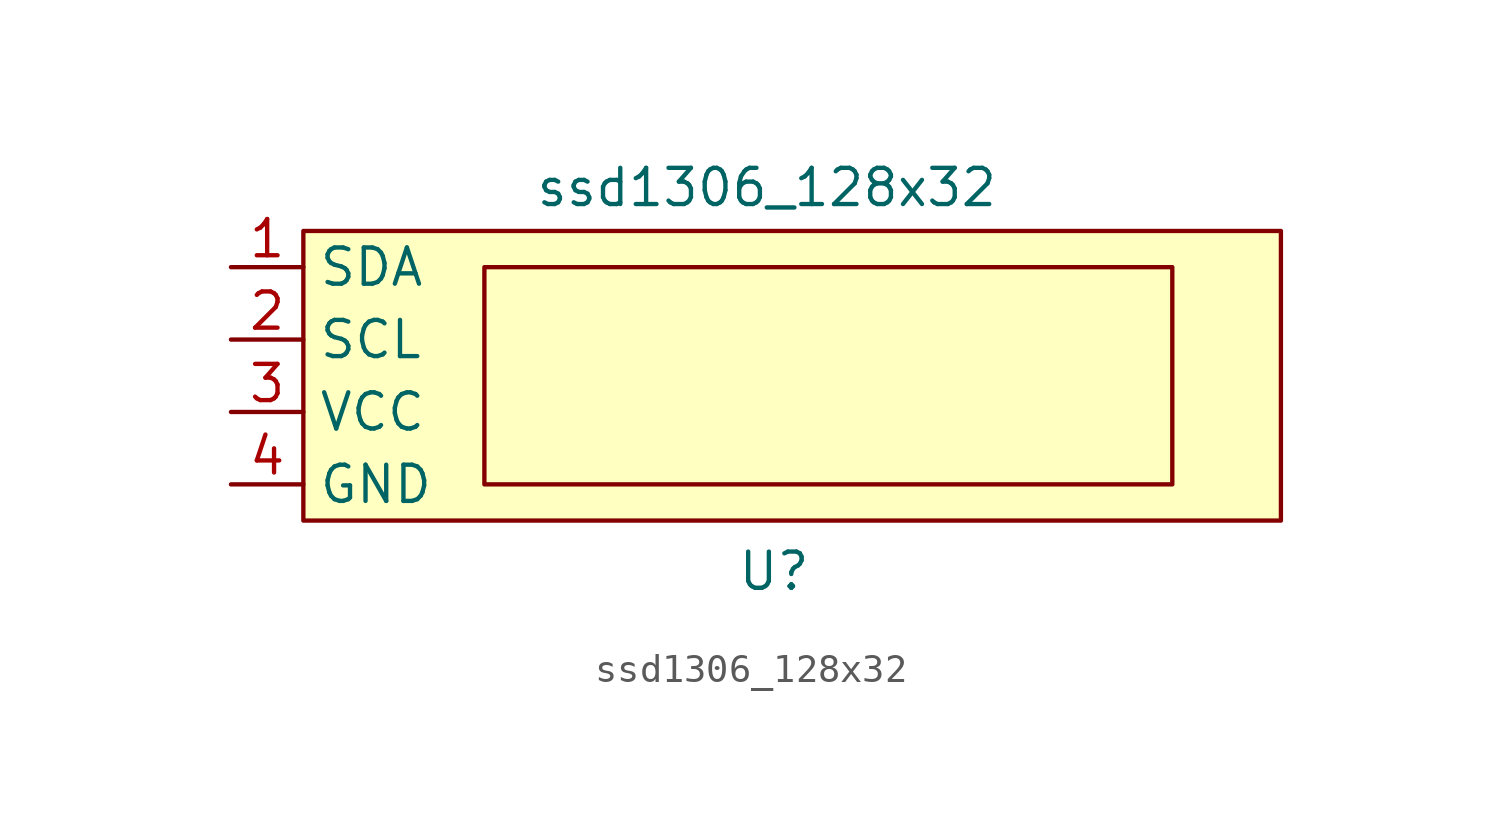
<source format=kicad_sym>
(kicad_symbol_lib
  (version 20231120)
  (generator "kicad_symbol_editor")
  (generator_version "8.0")
  (symbol "ssd1306_128x32"
    (property "Reference" "U"
      (at 0 -6.858 0)
      (effects (font (size 1.27 1.27))))
    (property "Value" "ssd1306_128x32"
      (at -0.254 6.604 0)
      (effects (font (size 1.27 1.27))))
    (symbol "ssd1306_128x32_1_1"
      (rectangle (start -16.51 5.08) (end 17.78 -5.08) (stroke (width 0) (type default)) (fill (type background)))
      (rectangle (start -10.16 3.81) (end 13.97 -3.81) (stroke (width 0) (type default)) (fill (type none)))
      (pin input line (at -19.05 3.81 0) (length 2.54) (name "SDA" (effects (font (size 1.27 1.27)))) (number "1" (effects (font (size 1.27 1.27)))))
      (pin input line (at -19.05 1.27 0) (length 2.54) (name "SCL" (effects (font (size 1.27 1.27)))) (number "2" (effects (font (size 1.27 1.27)))))
      (pin input line (at -19.05 -1.27 0) (length 2.54) (name "VCC" (effects (font (size 1.27 1.27)))) (number "3" (effects (font (size 1.27 1.27)))))
      (pin input line (at -19.05 -3.81 0) (length 2.54) (name "GND" (effects (font (size 1.27 1.27)))) (number "4" (effects (font (size 1.27 1.27))))))))
</source>
